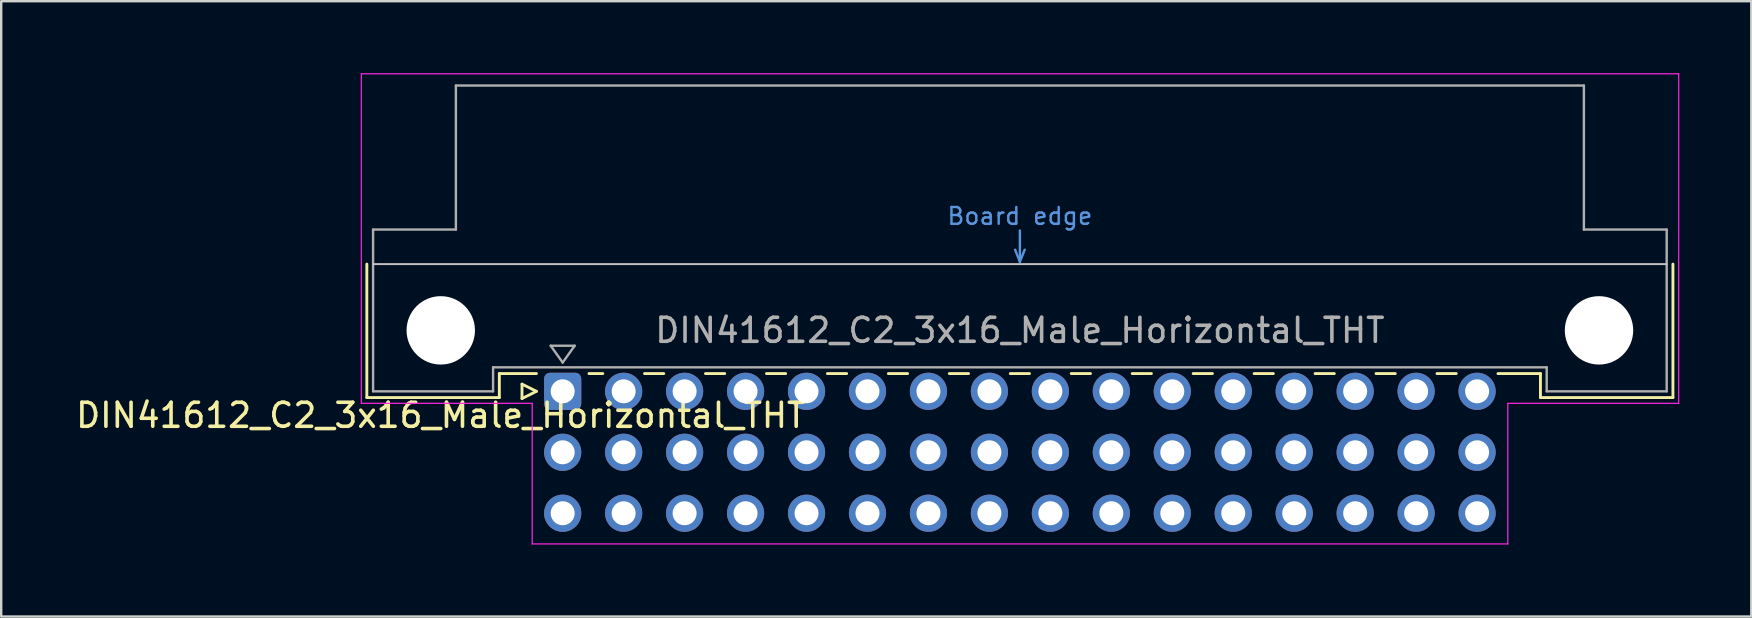
<source format=kicad_pcb>
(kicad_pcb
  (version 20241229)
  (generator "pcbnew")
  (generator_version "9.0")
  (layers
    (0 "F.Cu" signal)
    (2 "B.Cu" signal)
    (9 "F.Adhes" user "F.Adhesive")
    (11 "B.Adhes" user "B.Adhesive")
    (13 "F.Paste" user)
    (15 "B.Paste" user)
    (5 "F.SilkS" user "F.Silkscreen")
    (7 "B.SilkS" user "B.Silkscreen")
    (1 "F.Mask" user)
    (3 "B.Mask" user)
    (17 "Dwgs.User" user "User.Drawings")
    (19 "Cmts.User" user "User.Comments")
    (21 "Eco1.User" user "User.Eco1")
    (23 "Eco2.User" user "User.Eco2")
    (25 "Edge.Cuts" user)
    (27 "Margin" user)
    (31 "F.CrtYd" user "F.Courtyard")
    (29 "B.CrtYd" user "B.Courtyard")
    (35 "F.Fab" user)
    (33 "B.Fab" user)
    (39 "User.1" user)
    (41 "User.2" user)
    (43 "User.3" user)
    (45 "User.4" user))
  (footprint "DIN41612_C2_3x16_Male_Horizontal_THT"
    (layer "F.Cu")
    (at 20.395 13.255)
    (property "Reference" "DIN41612_C2_3x16_Male_Horizontal_THT" (at -5.08 1 0) (layer "F.SilkS") (effects (font (size 1 1) (thickness 0.15))))
    (attr through_hole)
    (fp_line (start -8.16 -5.3) (end -8.16 0.26) (stroke (width 0.12) (type solid)) (layer "F.SilkS"))
    (fp_line (start -8.16 0.26) (end -2.64 0.26) (stroke (width 0.12) (type solid)) (layer "F.SilkS"))
    (fp_line (start -2.64 -0.74) (end -1.095 -0.74) (stroke (width 0.12) (type solid)) (layer "F.SilkS"))
    (fp_line (start -2.64 0.26) (end -2.64 -0.74) (stroke (width 0.12) (type solid)) (layer "F.SilkS"))
    (fp_line (start -1.695 -0.3) (end -1.695 0.3) (stroke (width 0.12) (type solid)) (layer "F.SilkS"))
    (fp_line (start -1.695 0.3) (end -1.095 0) (stroke (width 0.12) (type solid)) (layer "F.SilkS"))
    (fp_line (start -1.095 0) (end -1.695 -0.3) (stroke (width 0.12) (type solid)) (layer "F.SilkS"))
    (fp_line (start 1.095 -0.74) (end 1.671 -0.74) (stroke (width 0.12) (type solid)) (layer "F.SilkS"))
    (fp_line (start 3.41 -0.74) (end 4.211 -0.74) (stroke (width 0.12) (type solid)) (layer "F.SilkS"))
    (fp_line (start 5.95 -0.74) (end 6.751 -0.74) (stroke (width 0.12) (type solid)) (layer "F.SilkS"))
    (fp_line (start 8.49 -0.74) (end 9.291 -0.74) (stroke (width 0.12) (type solid)) (layer "F.SilkS"))
    (fp_line (start 11.03 -0.74) (end 11.831 -0.74) (stroke (width 0.12) (type solid)) (layer "F.SilkS"))
    (fp_line (start 13.57 -0.74) (end 14.371 -0.74) (stroke (width 0.12) (type solid)) (layer "F.SilkS"))
    (fp_line (start 16.11 -0.74) (end 16.911 -0.74) (stroke (width 0.12) (type solid)) (layer "F.SilkS"))
    (fp_line (start 18.65 -0.74) (end 19.451 -0.74) (stroke (width 0.12) (type solid)) (layer "F.SilkS"))
    (fp_line (start 21.19 -0.74) (end 21.991 -0.74) (stroke (width 0.12) (type solid)) (layer "F.SilkS"))
    (fp_line (start 23.73 -0.74) (end 24.531 -0.74) (stroke (width 0.12) (type solid)) (layer "F.SilkS"))
    (fp_line (start 26.27 -0.74) (end 27.071 -0.74) (stroke (width 0.12) (type solid)) (layer "F.SilkS"))
    (fp_line (start 28.81 -0.74) (end 29.611 -0.74) (stroke (width 0.12) (type solid)) (layer "F.SilkS"))
    (fp_line (start 31.35 -0.74) (end 32.151 -0.74) (stroke (width 0.12) (type solid)) (layer "F.SilkS"))
    (fp_line (start 33.89 -0.74) (end 34.691 -0.74) (stroke (width 0.12) (type solid)) (layer "F.SilkS"))
    (fp_line (start 36.43 -0.74) (end 37.231 -0.74) (stroke (width 0.12) (type solid)) (layer "F.SilkS"))
    (fp_line (start 38.97 -0.74) (end 40.74 -0.74) (stroke (width 0.12) (type solid)) (layer "F.SilkS"))
    (fp_line (start 40.74 0.26) (end 40.74 -0.74) (stroke (width 0.12) (type solid)) (layer "F.SilkS"))
    (fp_line (start 46.26 -5.3) (end 46.26 0.26) (stroke (width 0.12) (type solid)) (layer "F.SilkS"))
    (fp_line (start 46.26 0.26) (end 40.74 0.26) (stroke (width 0.12) (type solid)) (layer "F.SilkS"))
    (fp_line (start -7.9 -5.3) (end 46 -5.3) (stroke (width 0.08) (type solid)) (layer "Dwgs.User"))
    (fp_line (start 18.85 -5.9) (end 19.05 -5.4) (stroke (width 0.1) (type solid)) (layer "Cmts.User"))
    (fp_line (start 19.05 -5.4) (end 19.05 -6.7) (stroke (width 0.1) (type solid)) (layer "Cmts.User"))
    (fp_line (start 19.05 -5.4) (end 19.25 -5.9) (stroke (width 0.1) (type solid)) (layer "Cmts.User"))
    (fp_line (start -8.39 -13.23) (end -8.39 0.5) (stroke (width 0.05) (type solid)) (layer "F.CrtYd"))
    (fp_line (start -8.39 0.5) (end -1.27 0.5) (stroke (width 0.05) (type solid)) (layer "F.CrtYd"))
    (fp_line (start -1.27 0.5) (end -1.27 6.36) (stroke (width 0.05) (type solid)) (layer "F.CrtYd"))
    (fp_line (start -1.27 6.36) (end 39.38 6.36) (stroke (width 0.05) (type solid)) (layer "F.CrtYd"))
    (fp_line (start 39.38 0.5) (end 46.5 0.5) (stroke (width 0.05) (type solid)) (layer "F.CrtYd"))
    (fp_line (start 39.38 6.36) (end 39.38 0.5) (stroke (width 0.05) (type solid)) (layer "F.CrtYd"))
    (fp_line (start 46.5 -13.23) (end -8.39 -13.23) (stroke (width 0.05) (type solid)) (layer "F.CrtYd"))
    (fp_line (start 46.5 0.5) (end 46.5 -13.23) (stroke (width 0.05) (type solid)) (layer "F.CrtYd"))
    (fp_line (start -7.9 -6.74) (end -7.9 0) (stroke (width 0.1) (type solid)) (layer "F.Fab"))
    (fp_line (start -7.9 0) (end -2.9 0) (stroke (width 0.1) (type solid)) (layer "F.Fab"))
    (fp_line (start -4.45 -12.74) (end -4.45 -6.74) (stroke (width 0.1) (type solid)) (layer "F.Fab"))
    (fp_line (start -4.45 -6.74) (end -7.9 -6.74) (stroke (width 0.1) (type solid)) (layer "F.Fab"))
    (fp_line (start -2.9 -1) (end 41 -1) (stroke (width 0.1) (type solid)) (layer "F.Fab"))
    (fp_line (start -2.9 0) (end -2.9 -1) (stroke (width 0.1) (type solid)) (layer "F.Fab"))
    (fp_line (start -0.5 -1.9) (end 0.5 -1.9) (stroke (width 0.1) (type solid)) (layer "F.Fab"))
    (fp_line (start 0 -1.2) (end -0.5 -1.9) (stroke (width 0.1) (type solid)) (layer "F.Fab"))
    (fp_line (start 0.5 -1.9) (end 0 -1.2) (stroke (width 0.1) (type solid)) (layer "F.Fab"))
    (fp_line (start 41 -1) (end 41 0) (stroke (width 0.1) (type solid)) (layer "F.Fab"))
    (fp_line (start 41 0) (end 46 0) (stroke (width 0.1) (type solid)) (layer "F.Fab"))
    (fp_line (start 42.55 -12.74) (end -4.45 -12.74) (stroke (width 0.1) (type solid)) (layer "F.Fab"))
    (fp_line (start 42.55 -6.74) (end 42.55 -12.74) (stroke (width 0.1) (type solid)) (layer "F.Fab"))
    (fp_line (start 46 -6.74) (end 42.55 -6.74) (stroke (width 0.1) (type solid)) (layer "F.Fab"))
    (fp_line (start 46 0) (end 46 -6.74) (stroke (width 0.1) (type solid)) (layer "F.Fab"))
    (fp_text user "Board edge" (at 19.05 -7.3 0) (layer "Cmts.User") (effects (font (size 0.7 0.7) (thickness 0.1))))
    (fp_text user "${REFERENCE}" (at 19.05 -2.54 0) (layer "F.Fab") (effects (font (size 1 1) (thickness 0.15))))
    (pad "" np_thru_hole circle (at -5.08 -2.54) (size 2.85 2.85) (drill 2.85) (layers "*.Cu" "*.Mask"))
    (pad "" np_thru_hole circle (at 43.18 -2.54) (size 2.85 2.85) (drill 2.85) (layers "*.Cu" "*.Mask"))
    (pad "a1" thru_hole roundrect (at 0 0) (size 1.55 1.55) (drill 1) (layers "*.Cu" "*.Mask") (roundrect_rratio 0.161))
    (pad "a2" thru_hole circle (at 2.54 0) (size 1.55 1.55) (drill 1) (layers "*.Cu" "*.Mask"))
    (pad "a3" thru_hole circle (at 5.08 0) (size 1.55 1.55) (drill 1) (layers "*.Cu" "*.Mask"))
    (pad "a4" thru_hole circle (at 7.62 0) (size 1.55 1.55) (drill 1) (layers "*.Cu" "*.Mask"))
    (pad "a5" thru_hole circle (at 10.16 0) (size 1.55 1.55) (drill 1) (layers "*.Cu" "*.Mask"))
    (pad "a6" thru_hole circle (at 12.7 0) (size 1.55 1.55) (drill 1) (layers "*.Cu" "*.Mask"))
    (pad "a7" thru_hole circle (at 15.24 0) (size 1.55 1.55) (drill 1) (layers "*.Cu" "*.Mask"))
    (pad "a8" thru_hole circle (at 17.78 0) (size 1.55 1.55) (drill 1) (layers "*.Cu" "*.Mask"))
    (pad "a9" thru_hole circle (at 20.32 0) (size 1.55 1.55) (drill 1) (layers "*.Cu" "*.Mask"))
    (pad "a10" thru_hole circle (at 22.86 0) (size 1.55 1.55) (drill 1) (layers "*.Cu" "*.Mask"))
    (pad "a11" thru_hole circle (at 25.4 0) (size 1.55 1.55) (drill 1) (layers "*.Cu" "*.Mask"))
    (pad "a12" thru_hole circle (at 27.94 0) (size 1.55 1.55) (drill 1) (layers "*.Cu" "*.Mask"))
    (pad "a13" thru_hole circle (at 30.48 0) (size 1.55 1.55) (drill 1) (layers "*.Cu" "*.Mask"))
    (pad "a14" thru_hole circle (at 33.02 0) (size 1.55 1.55) (drill 1) (layers "*.Cu" "*.Mask"))
    (pad "a15" thru_hole circle (at 35.56 0) (size 1.55 1.55) (drill 1) (layers "*.Cu" "*.Mask"))
    (pad "a16" thru_hole circle (at 38.1 0) (size 1.55 1.55) (drill 1) (layers "*.Cu" "*.Mask"))
    (pad "b1" thru_hole circle (at 0 2.54) (size 1.55 1.55) (drill 1) (layers "*.Cu" "*.Mask"))
    (pad "b2" thru_hole circle (at 2.54 2.54) (size 1.55 1.55) (drill 1) (layers "*.Cu" "*.Mask"))
    (pad "b3" thru_hole circle (at 5.08 2.54) (size 1.55 1.55) (drill 1) (layers "*.Cu" "*.Mask"))
    (pad "b4" thru_hole circle (at 7.62 2.54) (size 1.55 1.55) (drill 1) (layers "*.Cu" "*.Mask"))
    (pad "b5" thru_hole circle (at 10.16 2.54) (size 1.55 1.55) (drill 1) (layers "*.Cu" "*.Mask"))
    (pad "b6" thru_hole circle (at 12.7 2.54) (size 1.55 1.55) (drill 1) (layers "*.Cu" "*.Mask"))
    (pad "b7" thru_hole circle (at 15.24 2.54) (size 1.55 1.55) (drill 1) (layers "*.Cu" "*.Mask"))
    (pad "b8" thru_hole circle (at 17.78 2.54) (size 1.55 1.55) (drill 1) (layers "*.Cu" "*.Mask"))
    (pad "b9" thru_hole circle (at 20.32 2.54) (size 1.55 1.55) (drill 1) (layers "*.Cu" "*.Mask"))
    (pad "b10" thru_hole circle (at 22.86 2.54) (size 1.55 1.55) (drill 1) (layers "*.Cu" "*.Mask"))
    (pad "b11" thru_hole circle (at 25.4 2.54) (size 1.55 1.55) (drill 1) (layers "*.Cu" "*.Mask"))
    (pad "b12" thru_hole circle (at 27.94 2.54) (size 1.55 1.55) (drill 1) (layers "*.Cu" "*.Mask"))
    (pad "b13" thru_hole circle (at 30.48 2.54) (size 1.55 1.55) (drill 1) (layers "*.Cu" "*.Mask"))
    (pad "b14" thru_hole circle (at 33.02 2.54) (size 1.55 1.55) (drill 1) (layers "*.Cu" "*.Mask"))
    (pad "b15" thru_hole circle (at 35.56 2.54) (size 1.55 1.55) (drill 1) (layers "*.Cu" "*.Mask"))
    (pad "b16" thru_hole circle (at 38.1 2.54) (size 1.55 1.55) (drill 1) (layers "*.Cu" "*.Mask"))
    (pad "c1" thru_hole circle (at 0 5.08) (size 1.55 1.55) (drill 1) (layers "*.Cu" "*.Mask"))
    (pad "c2" thru_hole circle (at 2.54 5.08) (size 1.55 1.55) (drill 1) (layers "*.Cu" "*.Mask"))
    (pad "c3" thru_hole circle (at 5.08 5.08) (size 1.55 1.55) (drill 1) (layers "*.Cu" "*.Mask"))
    (pad "c4" thru_hole circle (at 7.62 5.08) (size 1.55 1.55) (drill 1) (layers "*.Cu" "*.Mask"))
    (pad "c5" thru_hole circle (at 10.16 5.08) (size 1.55 1.55) (drill 1) (layers "*.Cu" "*.Mask"))
    (pad "c6" thru_hole circle (at 12.7 5.08) (size 1.55 1.55) (drill 1) (layers "*.Cu" "*.Mask"))
    (pad "c7" thru_hole circle (at 15.24 5.08) (size 1.55 1.55) (drill 1) (layers "*.Cu" "*.Mask"))
    (pad "c8" thru_hole circle (at 17.78 5.08) (size 1.55 1.55) (drill 1) (layers "*.Cu" "*.Mask"))
    (pad "c9" thru_hole circle (at 20.32 5.08) (size 1.55 1.55) (drill 1) (layers "*.Cu" "*.Mask"))
    (pad "c10" thru_hole circle (at 22.86 5.08) (size 1.55 1.55) (drill 1) (layers "*.Cu" "*.Mask"))
    (pad "c11" thru_hole circle (at 25.4 5.08) (size 1.55 1.55) (drill 1) (layers "*.Cu" "*.Mask"))
    (pad "c12" thru_hole circle (at 27.94 5.08) (size 1.55 1.55) (drill 1) (layers "*.Cu" "*.Mask"))
    (pad "c13" thru_hole circle (at 30.48 5.08) (size 1.55 1.55) (drill 1) (layers "*.Cu" "*.Mask"))
    (pad "c14" thru_hole circle (at 33.02 5.08) (size 1.55 1.55) (drill 1) (layers "*.Cu" "*.Mask"))
    (pad "c15" thru_hole circle (at 35.56 5.08) (size 1.55 1.55) (drill 1) (layers "*.Cu" "*.Mask"))
    (pad "c16" thru_hole circle (at 38.1 5.08) (size 1.55 1.55) (drill 1) (layers "*.Cu" "*.Mask")))
  (gr_rect
    (start -3 -3)
    (end 69.92 22.64)
    (stroke (width 0.1) (type default))
    (fill no)
    (layer "Edge.Cuts")))
</source>
